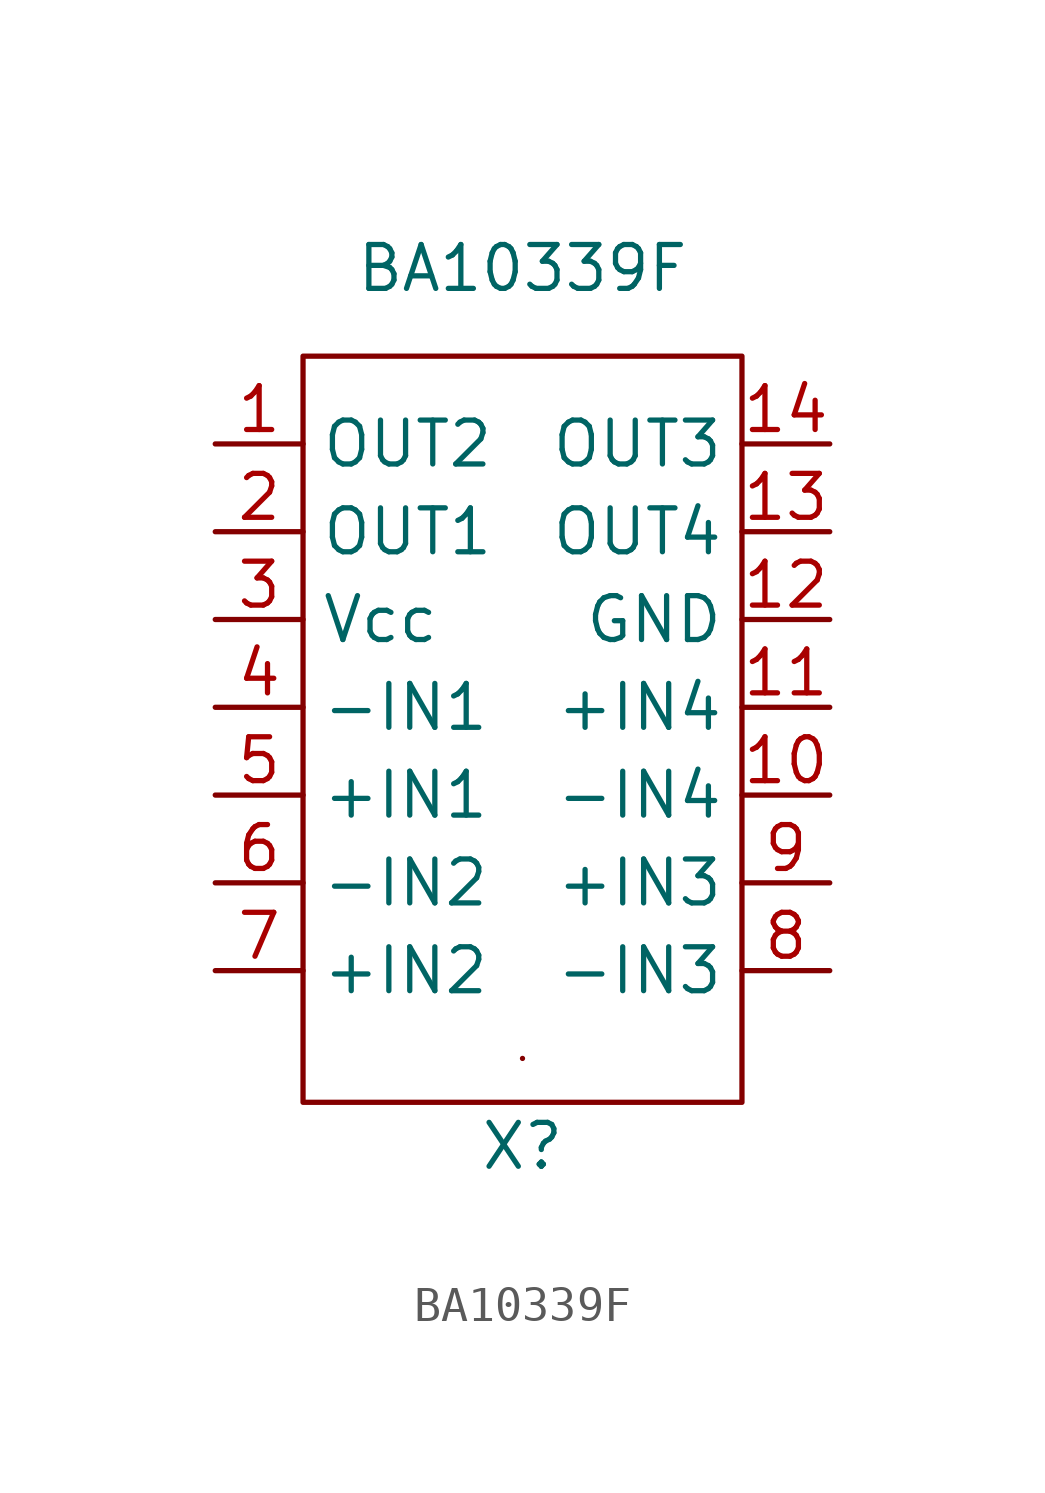
<source format=kicad_sym>
(kicad_symbol_lib
  (version 20211014)
  (generator kicad_symbol_editor)
  (symbol "BA10339F"
    (property "Reference" "X"
      (at 0 -11.43 0)
      (effects (font (size 1.27 1.27))))
    (property "Value" "BA10339F"
      (at 0 13.97 0)
      (effects (font (size 1.27 1.27))))
    (symbol "BA10339F_0_1"
      (rectangle (start -6.35 11.43) (end 6.35 -10.16) (stroke (width 0) (type default) (color 0 0 0 0)) (fill (type none)))
      (rectangle (start 0 -8.89) (end 0 -8.89) (stroke (width 0) (type default) (color 0 0 0 0)) (fill (type none))))
    (symbol "BA10339F_1_1"
      (pin bidirectional line (at -8.89 8.89 0) (length 2.54) (name "OUT2" (effects (font (size 1.27 1.27)))) (number "1" (effects (font (size 1.27 1.27)))))
      (pin input line (at 8.89 -1.27 180) (length 2.54) (name "-IN4" (effects (font (size 1.27 1.27)))) (number "10" (effects (font (size 1.27 1.27)))))
      (pin input line (at 8.89 1.27 180) (length 2.54) (name "+IN4" (effects (font (size 1.27 1.27)))) (number "11" (effects (font (size 1.27 1.27)))))
      (pin input line (at 8.89 3.81 180) (length 2.54) (name "GND" (effects (font (size 1.27 1.27)))) (number "12" (effects (font (size 1.27 1.27)))))
      (pin bidirectional line (at 8.89 6.35 180) (length 2.54) (name "OUT4" (effects (font (size 1.27 1.27)))) (number "13" (effects (font (size 1.27 1.27)))))
      (pin bidirectional line (at 8.89 8.89 180) (length 2.54) (name "OUT3" (effects (font (size 1.27 1.27)))) (number "14" (effects (font (size 1.27 1.27)))))
      (pin bidirectional line (at -8.89 6.35 0) (length 2.54) (name "OUT1" (effects (font (size 1.27 1.27)))) (number "2" (effects (font (size 1.27 1.27)))))
      (pin input line (at -8.89 3.81 0) (length 2.54) (name "Vcc" (effects (font (size 1.27 1.27)))) (number "3" (effects (font (size 1.27 1.27)))))
      (pin input line (at -8.89 1.27 0) (length 2.54) (name "-IN1" (effects (font (size 1.27 1.27)))) (number "4" (effects (font (size 1.27 1.27)))))
      (pin input line (at -8.89 -1.27 0) (length 2.54) (name "+IN1" (effects (font (size 1.27 1.27)))) (number "5" (effects (font (size 1.27 1.27)))))
      (pin input line (at -8.89 -3.81 0) (length 2.54) (name "-IN2" (effects (font (size 1.27 1.27)))) (number "6" (effects (font (size 1.27 1.27)))))
      (pin input line (at -8.89 -6.35 0) (length 2.54) (name "+IN2" (effects (font (size 1.27 1.27)))) (number "7" (effects (font (size 1.27 1.27)))))
      (pin input line (at 8.89 -6.35 180) (length 2.54) (name "-IN3" (effects (font (size 1.27 1.27)))) (number "8" (effects (font (size 1.27 1.27)))))
      (pin input line (at 8.89 -3.81 180) (length 2.54) (name "+IN3" (effects (font (size 1.27 1.27)))) (number "9" (effects (font (size 1.27 1.27))))))))
</source>
